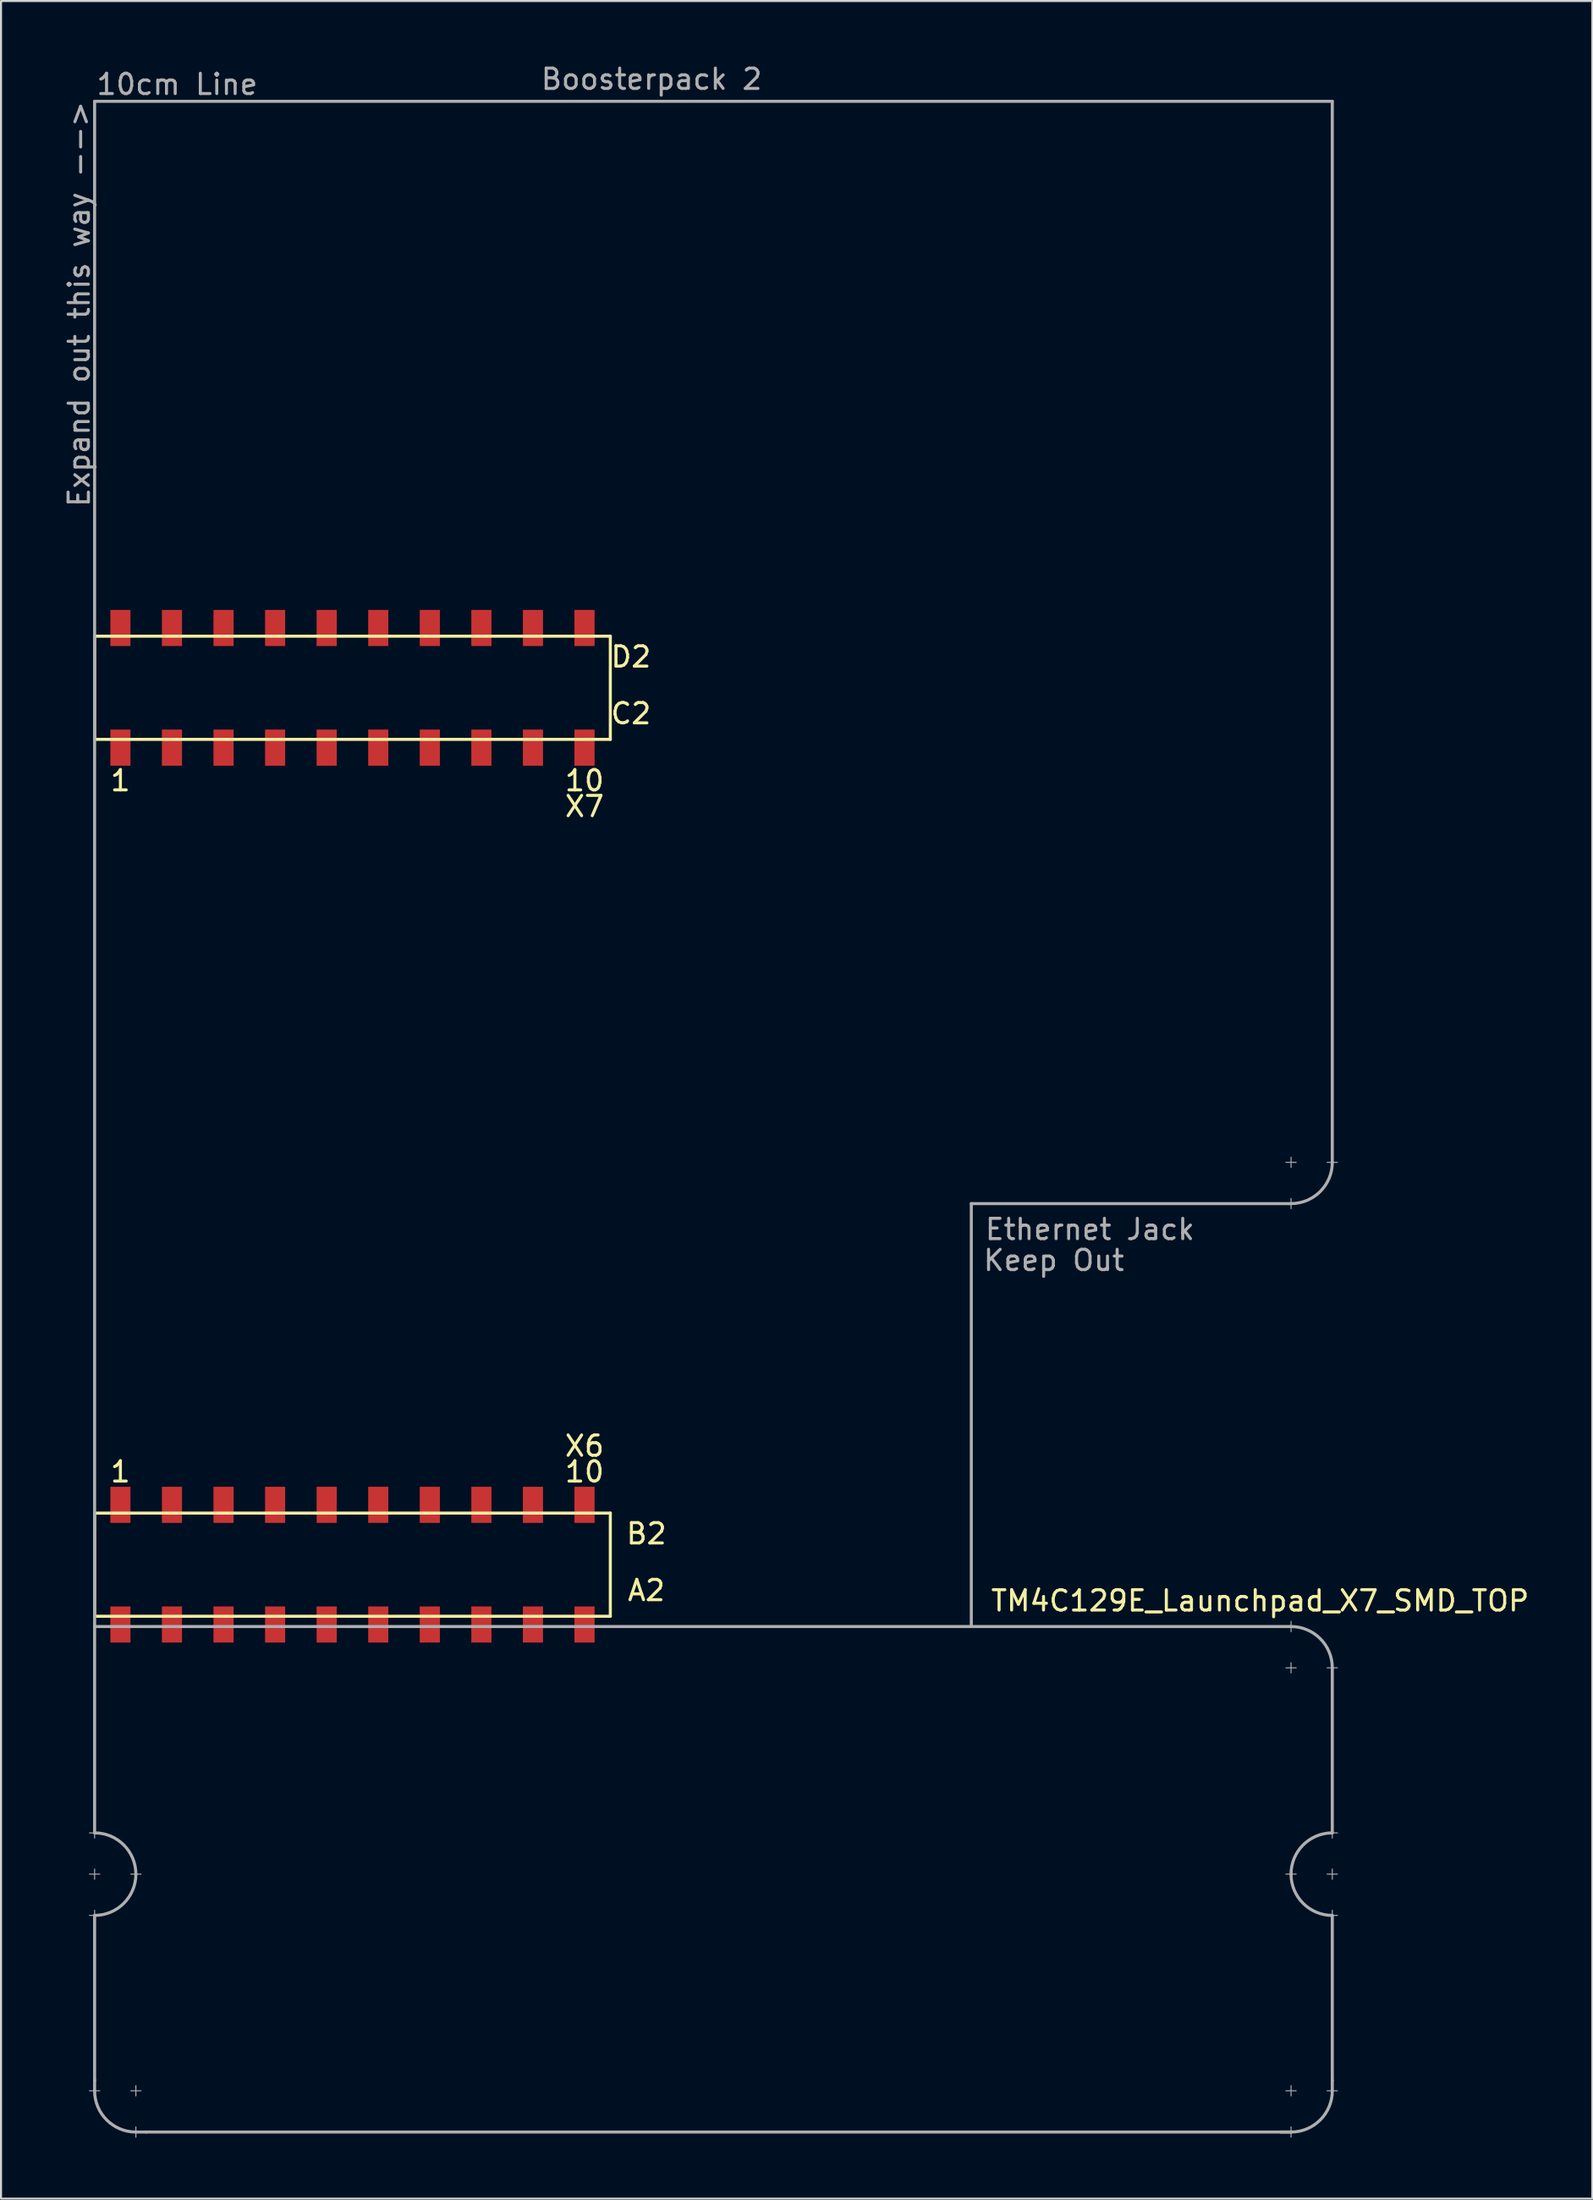
<source format=kicad_pcb>
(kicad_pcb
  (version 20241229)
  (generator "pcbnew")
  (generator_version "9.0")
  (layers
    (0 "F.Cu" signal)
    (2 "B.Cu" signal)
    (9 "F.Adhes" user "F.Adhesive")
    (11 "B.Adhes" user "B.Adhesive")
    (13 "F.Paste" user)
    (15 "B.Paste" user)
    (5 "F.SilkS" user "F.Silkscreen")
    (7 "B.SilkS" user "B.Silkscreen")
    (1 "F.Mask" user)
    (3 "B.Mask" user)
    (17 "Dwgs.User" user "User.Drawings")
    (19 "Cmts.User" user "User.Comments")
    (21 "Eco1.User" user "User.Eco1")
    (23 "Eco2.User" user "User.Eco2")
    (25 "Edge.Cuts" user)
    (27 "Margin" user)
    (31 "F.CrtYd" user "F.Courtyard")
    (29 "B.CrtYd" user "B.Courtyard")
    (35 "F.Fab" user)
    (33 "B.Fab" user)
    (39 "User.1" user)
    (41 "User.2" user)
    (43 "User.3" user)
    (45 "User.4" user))
  (footprint "TM4C129E_Launchpad_X7_SMD_TOP"
    (layer "F.Cu")
    (at 1.61 76.54)
    (property "Reference" "TM4C129E_Launchpad_X7_SMD_TOP" (at 57.404 -0.762 180) (layer "F.SilkS") (effects (font (size 1 1) (thickness 0.15))))
    (attr through_hole)
    (fp_line (start 0 -48.26) (end 0 -43.18) (stroke (width 0.15) (type solid)) (layer "F.SilkS"))
    (fp_line (start 0 -43.18) (end 25.4 -43.18) (stroke (width 0.15) (type solid)) (layer "F.SilkS"))
    (fp_line (start 0 -5.08) (end 0 0) (stroke (width 0.15) (type solid)) (layer "F.SilkS"))
    (fp_line (start 0 0) (end 25.4 0) (stroke (width 0.15) (type solid)) (layer "F.SilkS"))
    (fp_line (start 25.4 -48.26) (end 0 -48.26) (stroke (width 0.15) (type solid)) (layer "F.SilkS"))
    (fp_line (start 25.4 -43.18) (end 25.4 -48.26) (stroke (width 0.15) (type solid)) (layer "F.SilkS"))
    (fp_line (start 25.4 -5.08) (end 0 -5.08) (stroke (width 0.15) (type solid)) (layer "F.SilkS"))
    (fp_line (start 25.4 0) (end 25.4 -5.08) (stroke (width 0.15) (type solid)) (layer "F.SilkS"))
    (fp_line (start 0 -74.6) (end 60.96 -74.6) (stroke (width 0.15) (type solid)) (layer "F.Fab"))
    (fp_line (start 0 0) (end 0 -74.6) (stroke (width 0.15) (type solid)) (layer "F.Fab"))
    (fp_line (start 0 0) (end 0 10.668) (stroke (width 0.15) (type solid)) (layer "F.Fab"))
    (fp_line (start 0 0.508) (end 58.928 0.508) (stroke (width 0.15) (type solid)) (layer "F.Fab"))
    (fp_line (start 0 10.922) (end 0 10.414) (stroke (width 0.05) (type solid)) (layer "F.Fab"))
    (fp_line (start 0 12.954) (end 0 12.446) (stroke (width 0.05) (type solid)) (layer "F.Fab"))
    (fp_line (start 0 14.732) (end 0 22.86) (stroke (width 0.15) (type solid)) (layer "F.Fab"))
    (fp_line (start 0 14.986) (end 0 14.478) (stroke (width 0.05) (type solid)) (layer "F.Fab"))
    (fp_line (start 0 23.368) (end 0 22.835) (stroke (width 0.15) (type solid)) (layer "F.Fab"))
    (fp_line (start 0.254 10.668) (end -0.254 10.668) (stroke (width 0.05) (type solid)) (layer "F.Fab"))
    (fp_line (start 0.254 12.7) (end -0.254 12.7) (stroke (width 0.05) (type solid)) (layer "F.Fab"))
    (fp_line (start 0.254 14.732) (end -0.254 14.732) (stroke (width 0.05) (type solid)) (layer "F.Fab"))
    (fp_line (start 0.254 23.368) (end -0.254 23.368) (stroke (width 0.05) (type solid)) (layer "F.Fab"))
    (fp_line (start 2.032 23.622) (end 2.032 23.114) (stroke (width 0.05) (type solid)) (layer "F.Fab"))
    (fp_line (start 2.032 25.4) (end 2.54 25.4) (stroke (width 0.15) (type solid)) (layer "F.Fab"))
    (fp_line (start 2.032 25.654) (end 2.032 25.146) (stroke (width 0.05) (type solid)) (layer "F.Fab"))
    (fp_line (start 2.286 12.7) (end 1.778 12.7) (stroke (width 0.05) (type solid)) (layer "F.Fab"))
    (fp_line (start 2.286 23.368) (end 1.778 23.368) (stroke (width 0.05) (type solid)) (layer "F.Fab"))
    (fp_line (start 43.18 -20.32) (end 43.18 0.508) (stroke (width 0.15) (type solid)) (layer "F.Fab"))
    (fp_line (start 58.42 25.4) (end 58.928 25.4) (stroke (width 0.15) (type solid)) (layer "F.Fab"))
    (fp_line (start 58.674 -22.352) (end 59.182 -22.352) (stroke (width 0.05) (type solid)) (layer "F.Fab"))
    (fp_line (start 58.928 -22.098) (end 58.928 -22.606) (stroke (width 0.05) (type solid)) (layer "F.Fab"))
    (fp_line (start 58.928 -20.32) (end 43.18 -20.32) (stroke (width 0.15) (type solid)) (layer "F.Fab"))
    (fp_line (start 58.928 -20.066) (end 58.928 -20.574) (stroke (width 0.05) (type solid)) (layer "F.Fab"))
    (fp_line (start 58.928 0.762) (end 58.928 0.254) (stroke (width 0.05) (type solid)) (layer "F.Fab"))
    (fp_line (start 58.928 2.794) (end 58.928 2.286) (stroke (width 0.05) (type solid)) (layer "F.Fab"))
    (fp_line (start 58.928 23.622) (end 58.928 23.114) (stroke (width 0.05) (type solid)) (layer "F.Fab"))
    (fp_line (start 58.928 25.4) (end 2.54 25.4) (stroke (width 0.15) (type solid)) (layer "F.Fab"))
    (fp_line (start 58.928 25.654) (end 58.928 25.146) (stroke (width 0.05) (type solid)) (layer "F.Fab"))
    (fp_line (start 59.182 2.54) (end 58.674 2.54) (stroke (width 0.05) (type solid)) (layer "F.Fab"))
    (fp_line (start 59.182 12.7) (end 58.674 12.7) (stroke (width 0.05) (type solid)) (layer "F.Fab"))
    (fp_line (start 59.182 23.368) (end 58.674 23.368) (stroke (width 0.05) (type solid)) (layer "F.Fab"))
    (fp_line (start 60.706 -22.352) (end 61.214 -22.352) (stroke (width 0.05) (type solid)) (layer "F.Fab"))
    (fp_line (start 60.96 -74.6) (end 60.96 -22.352) (stroke (width 0.15) (type solid)) (layer "F.Fab"))
    (fp_line (start 60.96 2.54) (end 60.96 10.668) (stroke (width 0.15) (type solid)) (layer "F.Fab"))
    (fp_line (start 60.96 10.922) (end 60.96 10.414) (stroke (width 0.05) (type solid)) (layer "F.Fab"))
    (fp_line (start 60.96 12.954) (end 60.96 12.446) (stroke (width 0.05) (type solid)) (layer "F.Fab"))
    (fp_line (start 60.96 14.732) (end 60.96 22.86) (stroke (width 0.15) (type solid)) (layer "F.Fab"))
    (fp_line (start 60.96 14.986) (end 60.96 14.478) (stroke (width 0.05) (type solid)) (layer "F.Fab"))
    (fp_line (start 60.96 23.368) (end 60.96 22.86) (stroke (width 0.15) (type solid)) (layer "F.Fab"))
    (fp_line (start 61.214 2.54) (end 60.706 2.54) (stroke (width 0.05) (type solid)) (layer "F.Fab"))
    (fp_line (start 61.214 10.668) (end 60.706 10.668) (stroke (width 0.05) (type solid)) (layer "F.Fab"))
    (fp_line (start 61.214 12.7) (end 60.706 12.7) (stroke (width 0.05) (type solid)) (layer "F.Fab"))
    (fp_line (start 61.214 14.732) (end 60.706 14.732) (stroke (width 0.05) (type solid)) (layer "F.Fab"))
    (fp_line (start 61.214 23.368) (end 60.706 23.368) (stroke (width 0.05) (type solid)) (layer "F.Fab"))
    (fp_arc (start 0 10.668) (mid 1.436841 11.263159) (end 2.032 12.7) (stroke (width 0.15) (type solid)) (layer "F.Fab"))
    (fp_arc (start 2.032 12.7) (mid 1.436841 14.136841) (end 0 14.732) (stroke (width 0.15) (type solid)) (layer "F.Fab"))
    (fp_arc (start 2.032 25.4) (mid 0.595159 24.804841) (end 0 23.368) (stroke (width 0.15) (type solid)) (layer "F.Fab"))
    (fp_arc (start 58.928 0.508) (mid 60.364841 1.103159) (end 60.96 2.54) (stroke (width 0.15) (type solid)) (layer "F.Fab"))
    (fp_arc (start 58.928 12.7) (mid 59.523159 11.263159) (end 60.96 10.668) (stroke (width 0.15) (type solid)) (layer "F.Fab"))
    (fp_arc (start 60.96 -22.352) (mid 60.364841 -20.915159) (end 58.928 -20.32) (stroke (width 0.15) (type solid)) (layer "F.Fab"))
    (fp_arc (start 60.96 14.732) (mid 59.523159 14.136841) (end 58.928 12.7) (stroke (width 0.15) (type solid)) (layer "F.Fab"))
    (fp_arc (start 60.96 23.368) (mid 60.364841 24.804841) (end 58.928 25.4) (stroke (width 0.15) (type solid)) (layer "F.Fab"))
    (fp_text user "D2" (at 26.416 -47.244 0) (layer "F.SilkS") (effects (font (size 1 1) (thickness 0.15))))
    (fp_text user "1" (at 1.27 -41.148 180) (layer "F.SilkS") (effects (font (size 1 1) (thickness 0.15))))
    (fp_text user "A2" (at 27.178 -1.27 180) (layer "F.SilkS") (effects (font (size 1 1) (thickness 0.15))))
    (fp_text user "10" (at 24.13 -7.112 180) (layer "F.SilkS") (effects (font (size 1 1) (thickness 0.15))))
    (fp_text user "10" (at 24.13 -41.148 180) (layer "F.SilkS") (effects (font (size 1 1) (thickness 0.15))))
    (fp_text user "B2" (at 27.178 -4.064 180) (layer "F.SilkS") (effects (font (size 1 1) (thickness 0.15))))
    (fp_text user "X6" (at 24.13 -8.382 0) (layer "F.SilkS") (effects (font (size 1 1) (thickness 0.15))))
    (fp_text user "C2" (at 26.416 -44.45 180) (layer "F.SilkS") (effects (font (size 1 1) (thickness 0.15))))
    (fp_text user "X7" (at 24.13 -39.878 180) (layer "F.SilkS") (effects (font (size 1 1) (thickness 0.15))))
    (fp_text user "1" (at 1.27 -7.112 180) (layer "F.SilkS") (effects (font (size 1 1) (thickness 0.15))))
    (fp_text user "Keep Out" (at 47.244 -17.526 0) (layer "F.Fab") (effects (font (size 1 1) (thickness 0.15))))
    (fp_text user "10cm Line" (at 4.064 -75.438 0) (layer "F.Fab") (effects (font (size 1 1) (thickness 0.15))))
    (fp_text user "Expand out this way -->" (at -0.762 -64.618 90) (layer "F.Fab") (effects (font (size 1 1) (thickness 0.15))))
    (fp_text user "Ethernet Jack" (at 49.022 -19.05 0) (layer "F.Fab") (effects (font (size 1 1) (thickness 0.15))))
    (fp_text user "Boosterpack 2" (at 27.432 -75.692 0) (layer "F.Fab") (effects (font (size 1 1) (thickness 0.15))))
    (pad "+3V3" smd rect (at 1.27 0.406 180) (size 0.991 1.778) (layers "F.Cu" "F.Mask" "F.Paste"))
    (pad "+5V" smd rect (at 1.27 -5.486 180) (size 0.991 1.778) (layers "F.Cu" "F.Mask" "F.Paste"))
    (pad "GND" smd rect (at 1.27 -48.666 180) (size 0.991 1.778) (layers "F.Cu" "F.Mask" "F.Paste"))
    (pad "GND" smd rect (at 3.81 -5.486 180) (size 0.991 1.778) (layers "F.Cu" "F.Mask" "F.Paste"))
    (pad "PA4" smd rect (at 21.59 -5.486 180) (size 0.991 1.778) (layers "F.Cu" "F.Mask" "F.Paste"))
    (pad "PA5" smd rect (at 24.13 -5.486 180) (size 0.991 1.778) (layers "F.Cu" "F.Mask" "F.Paste"))
    (pad "PA7" smd rect (at 8.89 -48.666 180) (size 0.991 1.778) (layers "F.Cu" "F.Mask" "F.Paste"))
    (pad "PB4" smd rect (at 6.35 -5.486 180) (size 0.991 1.778) (layers "F.Cu" "F.Mask" "F.Paste"))
    (pad "PB5" smd rect (at 8.89 -5.486 180) (size 0.991 1.778) (layers "F.Cu" "F.Mask" "F.Paste"))
    (pad "PD2" smd rect (at 3.81 0.406 180) (size 0.991 1.778) (layers "F.Cu" "F.Mask" "F.Paste"))
    (pad "PD4" smd rect (at 11.43 0.406 180) (size 0.991 1.778) (layers "F.Cu" "F.Mask" "F.Paste"))
    (pad "PD5" smd rect (at 13.97 0.406 180) (size 0.991 1.778) (layers "F.Cu" "F.Mask" "F.Paste"))
    (pad "PG1" smd rect (at 1.27 -42.774 180) (size 0.991 1.778) (layers "F.Cu" "F.Mask" "F.Paste"))
    (pad "PH0" smd rect (at 16.51 -42.774 180) (size 0.991 1.778) (layers "F.Cu" "F.Mask" "F.Paste"))
    (pad "PH1" smd rect (at 19.05 -42.774 180) (size 0.991 1.778) (layers "F.Cu" "F.Mask" "F.Paste"))
    (pad "PK0" smd rect (at 11.43 -5.486 180) (size 0.991 1.778) (layers "F.Cu" "F.Mask" "F.Paste"))
    (pad "PK1" smd rect (at 13.97 -5.486 180) (size 0.991 1.778) (layers "F.Cu" "F.Mask" "F.Paste"))
    (pad "PK2" smd rect (at 16.51 -5.486 180) (size 0.991 1.778) (layers "F.Cu" "F.Mask" "F.Paste"))
    (pad "PK3" smd rect (at 19.05 -5.486 180) (size 0.991 1.778) (layers "F.Cu" "F.Mask" "F.Paste"))
    (pad "PK4" smd rect (at 3.81 -42.774 180) (size 0.991 1.778) (layers "F.Cu" "F.Mask" "F.Paste"))
    (pad "PK5" smd rect (at 6.35 -42.774 180) (size 0.991 1.778) (layers "F.Cu" "F.Mask" "F.Paste"))
    (pad "PK6" smd rect (at 21.59 -42.774 180) (size 0.991 1.778) (layers "F.Cu" "F.Mask" "F.Paste"))
    (pad "PK7" smd rect (at 24.13 -42.774 180) (size 0.991 1.778) (layers "F.Cu" "F.Mask" "F.Paste"))
    (pad "PM0" smd rect (at 8.89 -42.774 180) (size 0.991 1.778) (layers "F.Cu" "F.Mask" "F.Paste"))
    (pad "PM1" smd rect (at 11.43 -42.774 180) (size 0.991 1.778) (layers "F.Cu" "F.Mask" "F.Paste"))
    (pad "PM2" smd rect (at 13.97 -42.774 180) (size 0.991 1.778) (layers "F.Cu" "F.Mask" "F.Paste"))
    (pad "PM6" smd rect (at 24.13 -48.666 180) (size 0.991 1.778) (layers "F.Cu" "F.Mask" "F.Paste"))
    (pad "PM7" smd rect (at 3.81 -48.666 180) (size 0.991 1.778) (layers "F.Cu" "F.Mask" "F.Paste"))
    (pad "PN4" smd rect (at 24.13 0.406 180) (size 0.991 1.778) (layers "F.Cu" "F.Mask" "F.Paste"))
    (pad "PN5" smd rect (at 21.59 0.406 180) (size 0.991 1.778) (layers "F.Cu" "F.Mask" "F.Paste"))
    (pad "PP0" smd rect (at 6.35 0.406 180) (size 0.991 1.778) (layers "F.Cu" "F.Mask" "F.Paste"))
    (pad "PP1" smd rect (at 8.89 0.406 180) (size 0.991 1.778) (layers "F.Cu" "F.Mask" "F.Paste"))
    (pad "PP3" smd rect (at 19.05 -48.666 180) (size 0.991 1.778) (layers "F.Cu" "F.Mask" "F.Paste"))
    (pad "PP4" smd rect (at 19.05 0.406 180) (size 0.991 1.778) (layers "F.Cu" "F.Mask" "F.Paste"))
    (pad "PP5" smd rect (at 6.35 -48.666 180) (size 0.991 1.778) (layers "F.Cu" "F.Mask" "F.Paste"))
    (pad "PQ0" smd rect (at 16.51 0.406 180) (size 0.991 1.778) (layers "F.Cu" "F.Mask" "F.Paste"))
    (pad "PQ1" smd rect (at 21.59 -48.666 180) (size 0.991 1.778) (layers "F.Cu" "F.Mask" "F.Paste"))
    (pad "PQ2" smd rect (at 13.97 -48.666 180) (size 0.991 1.778) (layers "F.Cu" "F.Mask" "F.Paste"))
    (pad "PQ3" smd rect (at 16.51 -48.666 180) (size 0.991 1.778) (layers "F.Cu" "F.Mask" "F.Paste"))
    (pad "Rese" smd rect (at 11.43 -48.666 180) (size 0.991 1.778) (layers "F.Cu" "F.Mask" "F.Paste")))
  (gr_rect
    (start -3 -3)
    (end 75.377 105.219)
    (stroke (width 0.1) (type default))
    (fill no)
    (layer "Edge.Cuts")))
</source>
